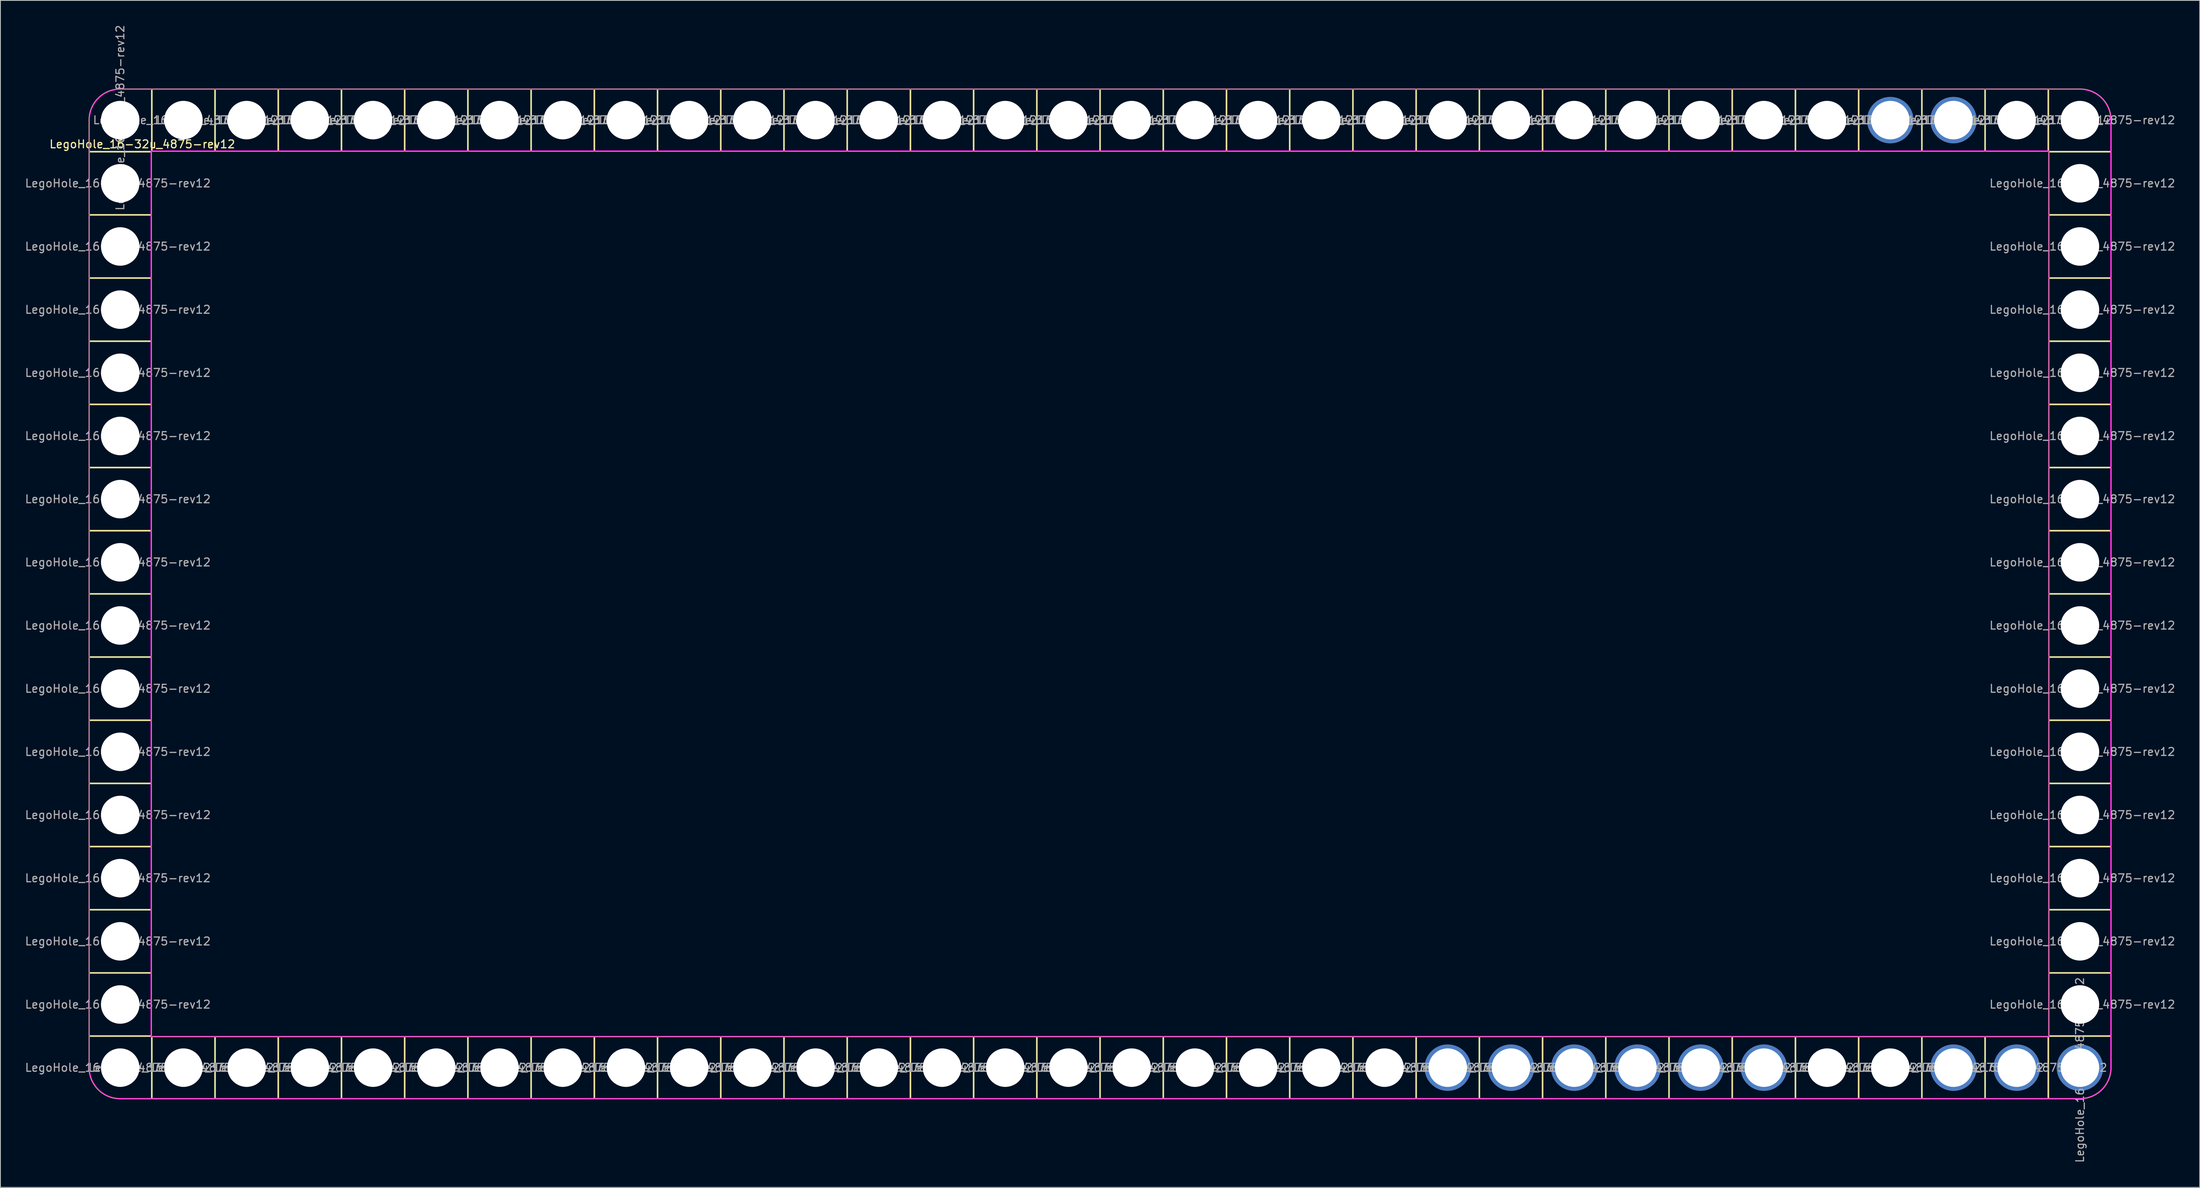
<source format=kicad_pcb>
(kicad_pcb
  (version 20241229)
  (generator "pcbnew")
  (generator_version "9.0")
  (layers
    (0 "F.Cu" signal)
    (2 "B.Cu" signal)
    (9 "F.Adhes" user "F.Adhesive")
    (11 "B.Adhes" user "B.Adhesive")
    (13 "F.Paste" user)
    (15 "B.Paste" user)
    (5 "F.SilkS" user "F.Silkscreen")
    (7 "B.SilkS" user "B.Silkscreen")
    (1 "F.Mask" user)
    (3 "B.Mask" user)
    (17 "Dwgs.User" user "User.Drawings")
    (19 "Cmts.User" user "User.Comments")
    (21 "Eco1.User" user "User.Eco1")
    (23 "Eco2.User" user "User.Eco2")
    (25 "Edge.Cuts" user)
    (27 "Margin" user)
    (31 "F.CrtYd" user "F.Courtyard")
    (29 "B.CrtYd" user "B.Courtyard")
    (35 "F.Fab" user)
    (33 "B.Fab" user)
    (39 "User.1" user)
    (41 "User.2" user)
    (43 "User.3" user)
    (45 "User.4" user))
  (footprint "LegoHole_16-32u_4875-rev12"
    (layer "F.Cu")
    (at 12.163 12.163)
    (property "Reference" "LegoHole_16-32u_4875-rev12" (at 2.794 3.048 0) (layer "F.SilkS") (effects (font (size 1 1) (thickness 0.15))))
    (attr exclude_from_pos_files)
    (fp_line (start -3.95 0) (end -3.95 3.95) (stroke (width 0.1) (type solid)) (layer "F.SilkS"))
    (fp_line (start -3.95 3.95) (end 3.95 3.95) (stroke (width 0.1) (type solid)) (layer "F.SilkS"))
    (fp_line (start -3.95 120) (end -3.95 116.05) (stroke (width 0.1) (type solid)) (layer "F.SilkS"))
    (fp_line (start 0 -3.95) (end 3.95 -3.95) (stroke (width 0.1) (type solid)) (layer "F.SilkS"))
    (fp_line (start 0 123.95) (end 3.95 123.95) (stroke (width 0.1) (type solid)) (layer "F.SilkS"))
    (fp_line (start 3.95 3.95) (end 3.95 -3.95) (stroke (width 0.1) (type solid)) (layer "F.SilkS"))
    (fp_line (start 3.95 116.05) (end -3.95 116.05) (stroke (width 0.1) (type solid)) (layer "F.SilkS"))
    (fp_line (start 3.95 123.95) (end 3.95 116.05) (stroke (width 0.1) (type solid)) (layer "F.SilkS"))
    (fp_line (start 244.05 -3.95) (end 244.05 3.95) (stroke (width 0.1) (type solid)) (layer "F.SilkS"))
    (fp_line (start 244.05 3.95) (end 251.95 3.95) (stroke (width 0.1) (type solid)) (layer "F.SilkS"))
    (fp_line (start 244.05 116.05) (end 244.05 123.95) (stroke (width 0.1) (type solid)) (layer "F.SilkS"))
    (fp_line (start 248 -3.95) (end 244.05 -3.95) (stroke (width 0.1) (type solid)) (layer "F.SilkS"))
    (fp_line (start 248 123.95) (end 244.05 123.95) (stroke (width 0.1) (type solid)) (layer "F.SilkS"))
    (fp_line (start 251.95 0) (end 251.95 3.95) (stroke (width 0.1) (type solid)) (layer "F.SilkS"))
    (fp_line (start 251.95 116.05) (end 244.05 116.05) (stroke (width 0.1) (type solid)) (layer "F.SilkS"))
    (fp_line (start 251.95 120) (end 251.95 116.05) (stroke (width 0.1) (type solid)) (layer "F.SilkS"))
    (fp_rect (start 3.95 11.95) (end -3.95 4.05) (stroke (width 0.1) (type solid)) (fill no) (layer "F.SilkS"))
    (fp_rect (start 3.95 19.95) (end -3.95 12.05) (stroke (width 0.1) (type solid)) (fill no) (layer "F.SilkS"))
    (fp_rect (start 3.95 27.95) (end -3.95 20.05) (stroke (width 0.1) (type solid)) (fill no) (layer "F.SilkS"))
    (fp_rect (start 3.95 35.95) (end -3.95 28.05) (stroke (width 0.1) (type solid)) (fill no) (layer "F.SilkS"))
    (fp_rect (start 3.95 43.95) (end -3.95 36.05) (stroke (width 0.1) (type solid)) (fill no) (layer "F.SilkS"))
    (fp_rect (start 3.95 51.95) (end -3.95 44.05) (stroke (width 0.1) (type solid)) (fill no) (layer "F.SilkS"))
    (fp_rect (start 3.95 59.95) (end -3.95 52.05) (stroke (width 0.1) (type solid)) (fill no) (layer "F.SilkS"))
    (fp_rect (start 3.95 67.95) (end -3.95 60.05) (stroke (width 0.1) (type solid)) (fill no) (layer "F.SilkS"))
    (fp_rect (start 3.95 75.95) (end -3.95 68.05) (stroke (width 0.1) (type solid)) (fill no) (layer "F.SilkS"))
    (fp_rect (start 3.95 83.95) (end -3.95 76.05) (stroke (width 0.1) (type solid)) (fill no) (layer "F.SilkS"))
    (fp_rect (start 3.95 91.95) (end -3.95 84.05) (stroke (width 0.1) (type solid)) (fill no) (layer "F.SilkS"))
    (fp_rect (start 3.95 99.95) (end -3.95 92.05) (stroke (width 0.1) (type solid)) (fill no) (layer "F.SilkS"))
    (fp_rect (start 3.95 107.95) (end -3.95 100.05) (stroke (width 0.1) (type solid)) (fill no) (layer "F.SilkS"))
    (fp_rect (start 3.95 115.95) (end -3.95 108.05) (stroke (width 0.1) (type solid)) (fill no) (layer "F.SilkS"))
    (fp_rect (start 4.05 -3.95) (end 11.95 3.95) (stroke (width 0.1) (type solid)) (fill no) (layer "F.SilkS"))
    (fp_rect (start 11.95 123.95) (end 4.05 116.05) (stroke (width 0.1) (type solid)) (fill no) (layer "F.SilkS"))
    (fp_rect (start 12.05 -3.95) (end 19.95 3.95) (stroke (width 0.1) (type solid)) (fill no) (layer "F.SilkS"))
    (fp_rect (start 19.95 123.95) (end 12.05 116.05) (stroke (width 0.1) (type solid)) (fill no) (layer "F.SilkS"))
    (fp_rect (start 20.05 -3.95) (end 27.95 3.95) (stroke (width 0.1) (type solid)) (fill no) (layer "F.SilkS"))
    (fp_rect (start 27.95 123.95) (end 20.05 116.05) (stroke (width 0.1) (type solid)) (fill no) (layer "F.SilkS"))
    (fp_rect (start 28.05 -3.95) (end 35.95 3.95) (stroke (width 0.1) (type solid)) (fill no) (layer "F.SilkS"))
    (fp_rect (start 35.95 123.95) (end 28.05 116.05) (stroke (width 0.1) (type solid)) (fill no) (layer "F.SilkS"))
    (fp_rect (start 36.05 -3.95) (end 43.95 3.95) (stroke (width 0.1) (type solid)) (fill no) (layer "F.SilkS"))
    (fp_rect (start 43.95 123.95) (end 36.05 116.05) (stroke (width 0.1) (type solid)) (fill no) (layer "F.SilkS"))
    (fp_rect (start 44.05 -3.95) (end 51.95 3.95) (stroke (width 0.1) (type solid)) (fill no) (layer "F.SilkS"))
    (fp_rect (start 51.95 123.95) (end 44.05 116.05) (stroke (width 0.1) (type solid)) (fill no) (layer "F.SilkS"))
    (fp_rect (start 52.05 -3.95) (end 59.95 3.95) (stroke (width 0.1) (type solid)) (fill no) (layer "F.SilkS"))
    (fp_rect (start 59.95 123.95) (end 52.05 116.05) (stroke (width 0.1) (type solid)) (fill no) (layer "F.SilkS"))
    (fp_rect (start 60.05 -3.95) (end 67.95 3.95) (stroke (width 0.1) (type solid)) (fill no) (layer "F.SilkS"))
    (fp_rect (start 67.95 123.95) (end 60.05 116.05) (stroke (width 0.1) (type solid)) (fill no) (layer "F.SilkS"))
    (fp_rect (start 68.05 -3.95) (end 75.95 3.95) (stroke (width 0.1) (type solid)) (fill no) (layer "F.SilkS"))
    (fp_rect (start 75.95 123.95) (end 68.05 116.05) (stroke (width 0.1) (type solid)) (fill no) (layer "F.SilkS"))
    (fp_rect (start 76.05 -3.95) (end 83.95 3.95) (stroke (width 0.1) (type solid)) (fill no) (layer "F.SilkS"))
    (fp_rect (start 83.95 123.95) (end 76.05 116.05) (stroke (width 0.1) (type solid)) (fill no) (layer "F.SilkS"))
    (fp_rect (start 84.05 -3.95) (end 91.95 3.95) (stroke (width 0.1) (type solid)) (fill no) (layer "F.SilkS"))
    (fp_rect (start 91.95 123.95) (end 84.05 116.05) (stroke (width 0.1) (type solid)) (fill no) (layer "F.SilkS"))
    (fp_rect (start 92.05 -3.95) (end 99.95 3.95) (stroke (width 0.1) (type solid)) (fill no) (layer "F.SilkS"))
    (fp_rect (start 99.95 123.95) (end 92.05 116.05) (stroke (width 0.1) (type solid)) (fill no) (layer "F.SilkS"))
    (fp_rect (start 100.05 -3.95) (end 107.95 3.95) (stroke (width 0.1) (type solid)) (fill no) (layer "F.SilkS"))
    (fp_rect (start 107.95 123.95) (end 100.05 116.05) (stroke (width 0.1) (type solid)) (fill no) (layer "F.SilkS"))
    (fp_rect (start 108.05 -3.95) (end 115.95 3.95) (stroke (width 0.1) (type solid)) (fill no) (layer "F.SilkS"))
    (fp_rect (start 115.95 123.95) (end 108.05 116.05) (stroke (width 0.1) (type solid)) (fill no) (layer "F.SilkS"))
    (fp_rect (start 116.05 -3.95) (end 123.95 3.95) (stroke (width 0.1) (type solid)) (fill no) (layer "F.SilkS"))
    (fp_rect (start 123.95 123.95) (end 116.05 116.05) (stroke (width 0.1) (type solid)) (fill no) (layer "F.SilkS"))
    (fp_rect (start 124.05 -3.95) (end 131.95 3.95) (stroke (width 0.1) (type solid)) (fill no) (layer "F.SilkS"))
    (fp_rect (start 131.95 123.95) (end 124.05 116.05) (stroke (width 0.1) (type solid)) (fill no) (layer "F.SilkS"))
    (fp_rect (start 132.05 -3.95) (end 139.95 3.95) (stroke (width 0.1) (type solid)) (fill no) (layer "F.SilkS"))
    (fp_rect (start 139.95 123.95) (end 132.05 116.05) (stroke (width 0.1) (type solid)) (fill no) (layer "F.SilkS"))
    (fp_rect (start 140.05 -3.95) (end 147.95 3.95) (stroke (width 0.1) (type solid)) (fill no) (layer "F.SilkS"))
    (fp_rect (start 147.95 123.95) (end 140.05 116.05) (stroke (width 0.1) (type solid)) (fill no) (layer "F.SilkS"))
    (fp_rect (start 148.05 -3.95) (end 155.95 3.95) (stroke (width 0.1) (type solid)) (fill no) (layer "F.SilkS"))
    (fp_rect (start 155.95 123.95) (end 148.05 116.05) (stroke (width 0.1) (type solid)) (fill no) (layer "F.SilkS"))
    (fp_rect (start 156.05 -3.95) (end 163.95 3.95) (stroke (width 0.1) (type solid)) (fill no) (layer "F.SilkS"))
    (fp_rect (start 163.95 123.95) (end 156.05 116.05) (stroke (width 0.1) (type solid)) (fill no) (layer "F.SilkS"))
    (fp_rect (start 164.05 -3.95) (end 171.95 3.95) (stroke (width 0.1) (type solid)) (fill no) (layer "F.SilkS"))
    (fp_rect (start 171.95 123.95) (end 164.05 116.05) (stroke (width 0.1) (type solid)) (fill no) (layer "F.SilkS"))
    (fp_rect (start 172.05 -3.95) (end 179.95 3.95) (stroke (width 0.1) (type solid)) (fill no) (layer "F.SilkS"))
    (fp_rect (start 179.95 123.95) (end 172.05 116.05) (stroke (width 0.1) (type solid)) (fill no) (layer "F.SilkS"))
    (fp_rect (start 180.05 -3.95) (end 187.95 3.95) (stroke (width 0.1) (type solid)) (fill no) (layer "F.SilkS"))
    (fp_rect (start 187.95 123.95) (end 180.05 116.05) (stroke (width 0.1) (type solid)) (fill no) (layer "F.SilkS"))
    (fp_rect (start 188.05 -3.95) (end 195.95 3.95) (stroke (width 0.1) (type solid)) (fill no) (layer "F.SilkS"))
    (fp_rect (start 195.95 123.95) (end 188.05 116.05) (stroke (width 0.1) (type solid)) (fill no) (layer "F.SilkS"))
    (fp_rect (start 196.05 -3.95) (end 203.95 3.95) (stroke (width 0.1) (type solid)) (fill no) (layer "F.SilkS"))
    (fp_rect (start 203.95 123.95) (end 196.05 116.05) (stroke (width 0.1) (type solid)) (fill no) (layer "F.SilkS"))
    (fp_rect (start 204.05 -3.95) (end 211.95 3.95) (stroke (width 0.1) (type solid)) (fill no) (layer "F.SilkS"))
    (fp_rect (start 211.95 123.95) (end 204.05 116.05) (stroke (width 0.1) (type solid)) (fill no) (layer "F.SilkS"))
    (fp_rect (start 212.05 -3.95) (end 219.95 3.95) (stroke (width 0.1) (type solid)) (fill no) (layer "F.SilkS"))
    (fp_rect (start 219.95 123.95) (end 212.05 116.05) (stroke (width 0.1) (type solid)) (fill no) (layer "F.SilkS"))
    (fp_rect (start 220.05 -3.95) (end 227.95 3.95) (stroke (width 0.1) (type solid)) (fill no) (layer "F.SilkS"))
    (fp_rect (start 227.95 123.95) (end 220.05 116.05) (stroke (width 0.1) (type solid)) (fill no) (layer "F.SilkS"))
    (fp_rect (start 228.05 -3.95) (end 235.95 3.95) (stroke (width 0.1) (type solid)) (fill no) (layer "F.SilkS"))
    (fp_rect (start 235.95 123.95) (end 228.05 116.05) (stroke (width 0.1) (type solid)) (fill no) (layer "F.SilkS"))
    (fp_rect (start 236.05 -3.95) (end 243.95 3.95) (stroke (width 0.1) (type solid)) (fill no) (layer "F.SilkS"))
    (fp_rect (start 243.95 123.95) (end 236.05 116.05) (stroke (width 0.1) (type solid)) (fill no) (layer "F.SilkS"))
    (fp_rect (start 244.05 4.05) (end 251.95 11.95) (stroke (width 0.1) (type solid)) (fill no) (layer "F.SilkS"))
    (fp_rect (start 244.05 12.05) (end 251.95 19.95) (stroke (width 0.1) (type solid)) (fill no) (layer "F.SilkS"))
    (fp_rect (start 244.05 20.05) (end 251.95 27.95) (stroke (width 0.1) (type solid)) (fill no) (layer "F.SilkS"))
    (fp_rect (start 244.05 28.05) (end 251.95 35.95) (stroke (width 0.1) (type solid)) (fill no) (layer "F.SilkS"))
    (fp_rect (start 244.05 36.05) (end 251.95 43.95) (stroke (width 0.1) (type solid)) (fill no) (layer "F.SilkS"))
    (fp_rect (start 244.05 44.05) (end 251.95 51.95) (stroke (width 0.1) (type solid)) (fill no) (layer "F.SilkS"))
    (fp_rect (start 244.05 52.05) (end 251.95 59.95) (stroke (width 0.1) (type solid)) (fill no) (layer "F.SilkS"))
    (fp_rect (start 244.05 60.05) (end 251.95 67.95) (stroke (width 0.1) (type solid)) (fill no) (layer "F.SilkS"))
    (fp_rect (start 244.05 68.05) (end 251.95 75.95) (stroke (width 0.1) (type solid)) (fill no) (layer "F.SilkS"))
    (fp_rect (start 244.05 76.05) (end 251.95 83.95) (stroke (width 0.1) (type solid)) (fill no) (layer "F.SilkS"))
    (fp_rect (start 244.05 84.05) (end 251.95 91.95) (stroke (width 0.1) (type solid)) (fill no) (layer "F.SilkS"))
    (fp_rect (start 244.05 92.05) (end 251.95 99.95) (stroke (width 0.1) (type solid)) (fill no) (layer "F.SilkS"))
    (fp_rect (start 244.05 100.05) (end 251.95 107.95) (stroke (width 0.1) (type solid)) (fill no) (layer "F.SilkS"))
    (fp_rect (start 244.05 108.05) (end 251.95 115.95) (stroke (width 0.1) (type solid)) (fill no) (layer "F.SilkS"))
    (fp_arc (start -3.95 0) (mid -2.793072 -2.793072) (end 0 -3.95) (stroke (width 0.1) (type solid)) (layer "F.SilkS"))
    (fp_arc (start 0 123.95) (mid -2.793072 122.793072) (end -3.95 120) (stroke (width 0.1) (type solid)) (layer "F.SilkS"))
    (fp_arc (start 248 -3.95) (mid 250.793072 -2.793072) (end 251.95 0) (stroke (width 0.1) (type solid)) (layer "F.SilkS"))
    (fp_arc (start 251.95 120) (mid 250.793072 122.793072) (end 248 123.95) (stroke (width 0.1) (type solid)) (layer "F.SilkS"))
    (fp_line (start -3.9 3.88) (end -3.9 0) (stroke (width 0.12) (type solid)) (layer "F.CrtYd"))
    (fp_line (start -3.9 3.88) (end -3.9 120) (stroke (width 0.12) (type solid)) (layer "F.CrtYd"))
    (fp_line (start 3.9 3.9) (end 244.1 3.9) (stroke (width 0.12) (type solid)) (layer "F.CrtYd"))
    (fp_line (start 3.9 116.1) (end 3.9 3.9) (stroke (width 0.12) (type solid)) (layer "F.CrtYd"))
    (fp_line (start 3.9 123.9) (end 0 123.9) (stroke (width 0.12) (type solid)) (layer "F.CrtYd"))
    (fp_line (start 3.9 123.9) (end 248 123.9) (stroke (width 0.12) (type solid)) (layer "F.CrtYd"))
    (fp_line (start 244.1 -3.9) (end 0 -3.9) (stroke (width 0.12) (type solid)) (layer "F.CrtYd"))
    (fp_line (start 244.1 -3.9) (end 248 -3.9) (stroke (width 0.12) (type solid)) (layer "F.CrtYd"))
    (fp_line (start 244.1 3.9) (end 244.1 116.1) (stroke (width 0.12) (type solid)) (layer "F.CrtYd"))
    (fp_line (start 244.1 116.1) (end 3.9 116.1) (stroke (width 0.12) (type solid)) (layer "F.CrtYd"))
    (fp_line (start 251.9 116.1) (end 251.9 0) (stroke (width 0.12) (type solid)) (layer "F.CrtYd"))
    (fp_line (start 251.9 116.1) (end 251.9 120) (stroke (width 0.12) (type solid)) (layer "F.CrtYd"))
    (fp_arc (start -3.9 0) (mid -2.757716 -2.757716) (end 0 -3.9) (stroke (width 0.12) (type solid)) (layer "F.CrtYd"))
    (fp_arc (start 0 123.9) (mid -2.757716 122.757716) (end -3.9 120) (stroke (width 0.12) (type solid)) (layer "F.CrtYd"))
    (fp_arc (start 248 -3.9) (mid 250.757716 -2.757716) (end 251.9 0) (stroke (width 0.12) (type solid)) (layer "F.CrtYd"))
    (fp_arc (start 251.9 120) (mid 250.757716 122.757716) (end 248 123.9) (stroke (width 0.12) (type solid)) (layer "F.CrtYd"))
    (fp_text user "${REFERENCE}" (at 104.3 0 0) (layer "F.Fab") (effects (font (size 1 1) (thickness 0.15))))
    (fp_text user "${REFERENCE}" (at 48.3 0 0) (layer "F.Fab") (effects (font (size 1 1) (thickness 0.15))))
    (fp_text user "${REFERENCE}" (at -0.3 88 180) (layer "F.Fab") (effects (font (size 1 1) (thickness 0.15))))
    (fp_text user "${REFERENCE}" (at 248.3 0 0) (layer "F.Fab") (effects (font (size 1 1) (thickness 0.15))))
    (fp_text user "${REFERENCE}" (at 215.7 120 180) (layer "F.Fab") (effects (font (size 1 1) (thickness 0.15))))
    (fp_text user "${REFERENCE}" (at 167.7 120 180) (layer "F.Fab") (effects (font (size 1 1) (thickness 0.15))))
    (fp_text user "${REFERENCE}" (at -0.3 112 180) (layer "F.Fab") (effects (font (size 1 1) (thickness 0.15))))
    (fp_text user "${REFERENCE}" (at 192.3 0 0) (layer "F.Fab") (effects (font (size 1 1) (thickness 0.15))))
    (fp_text user "${REFERENCE}" (at 248.3 112 0) (layer "F.Fab") (effects (font (size 1 1) (thickness 0.15))))
    (fp_text user "${REFERENCE}" (at 240.3 0 0) (layer "F.Fab") (effects (font (size 1 1) (thickness 0.15))))
    (fp_text user "${REFERENCE}" (at 199.7 120 180) (layer "F.Fab") (effects (font (size 1 1) (thickness 0.15))))
    (fp_text user "${REFERENCE}" (at 216.3 0 0) (layer "F.Fab") (effects (font (size 1 1) (thickness 0.15))))
    (fp_text user "${REFERENCE}" (at 15.7 120 180) (layer "F.Fab") (effects (font (size 1 1) (thickness 0.15))))
    (fp_text user "${REFERENCE}" (at 231.7 120 180) (layer "F.Fab") (effects (font (size 1 1) (thickness 0.15))))
    (fp_text user "${REFERENCE}" (at 96.3 0 0) (layer "F.Fab") (effects (font (size 1 1) (thickness 0.15))))
    (fp_text user "${REFERENCE}" (at 208.3 0 0) (layer "F.Fab") (effects (font (size 1 1) (thickness 0.15))))
    (fp_text user "${REFERENCE}" (at 248.3 32 0) (layer "F.Fab") (effects (font (size 1 1) (thickness 0.15))))
    (fp_text user "${REFERENCE}" (at 144.3 0 0) (layer "F.Fab") (effects (font (size 1 1) (thickness 0.15))))
    (fp_text user "${REFERENCE}" (at 248.3 72 0) (layer "F.Fab") (effects (font (size 1 1) (thickness 0.15))))
    (fp_text user "${REFERENCE}" (at 200.3 0 0) (layer "F.Fab") (effects (font (size 1 1) (thickness 0.15))))
    (fp_text user "${REFERENCE}" (at 64.3 0 0) (layer "F.Fab") (effects (font (size 1 1) (thickness 0.15))))
    (fp_text user "${REFERENCE}" (at -0.3 16 180) (layer "F.Fab") (effects (font (size 1 1) (thickness 0.15))))
    (fp_text user "${REFERENCE}" (at 119.7 120 180) (layer "F.Fab") (effects (font (size 1 1) (thickness 0.15))))
    (fp_text user "${REFERENCE}" (at 47.7 120 180) (layer "F.Fab") (effects (font (size 1 1) (thickness 0.15))))
    (fp_text user "${REFERENCE}" (at 159.7 120 180) (layer "F.Fab") (effects (font (size 1 1) (thickness 0.15))))
    (fp_text user "${REFERENCE}" (at 88.3 0 0) (layer "F.Fab") (effects (font (size 1 1) (thickness 0.15))))
    (fp_text user "${REFERENCE}" (at 24.3 0 0) (layer "F.Fab") (effects (font (size 1 1) (thickness 0.15))))
    (fp_text user "${REFERENCE}" (at -0.3 120 180) (layer "F.Fab") (effects (font (size 1 1) (thickness 0.15))))
    (fp_text user "${REFERENCE}" (at 31.7 120 180) (layer "F.Fab") (effects (font (size 1 1) (thickness 0.15))))
    (fp_text user "${REFERENCE}" (at 248.3 88 0) (layer "F.Fab") (effects (font (size 1 1) (thickness 0.15))))
    (fp_text user "${REFERENCE}" (at -0.3 96 180) (layer "F.Fab") (effects (font (size 1 1) (thickness 0.15))))
    (fp_text user "${REFERENCE}" (at 151.7 120 180) (layer "F.Fab") (effects (font (size 1 1) (thickness 0.15))))
    (fp_text user "${REFERENCE}" (at -0.3 48 180) (layer "F.Fab") (effects (font (size 1 1) (thickness 0.15))))
    (fp_text user "${REFERENCE}" (at 183.7 120 180) (layer "F.Fab") (effects (font (size 1 1) (thickness 0.15))))
    (fp_text user "${REFERENCE}" (at 232.3 0 0) (layer "F.Fab") (effects (font (size 1 1) (thickness 0.15))))
    (fp_text user "${REFERENCE}" (at 72.3 0 0) (layer "F.Fab") (effects (font (size 1 1) (thickness 0.15))))
    (fp_text user "${REFERENCE}" (at 111.7 120 180) (layer "F.Fab") (effects (font (size 1 1) (thickness 0.15))))
    (fp_text user "${REFERENCE}" (at 248.3 8 0) (layer "F.Fab") (effects (font (size 1 1) (thickness 0.15))))
    (fp_text user "${REFERENCE}" (at 112.3 0 0) (layer "F.Fab") (effects (font (size 1 1) (thickness 0.15))))
    (fp_text user "${REFERENCE}" (at 248.3 56 0) (layer "F.Fab") (effects (font (size 1 1) (thickness 0.15))))
    (fp_text user "${REFERENCE}" (at -0.3 40 180) (layer "F.Fab") (effects (font (size 1 1) (thickness 0.15))))
    (fp_text user "${REFERENCE}" (at 160.3 0 0) (layer "F.Fab") (effects (font (size 1 1) (thickness 0.15))))
    (fp_text user "${REFERENCE}" (at 87.7 120 180) (layer "F.Fab") (effects (font (size 1 1) (thickness 0.15))))
    (fp_text user "${REFERENCE}" (at 55.7 120 180) (layer "F.Fab") (effects (font (size 1 1) (thickness 0.15))))
    (fp_text user "${REFERENCE}" (at -0.3 64 180) (layer "F.Fab") (effects (font (size 1 1) (thickness 0.15))))
    (fp_text user "${REFERENCE}" (at 128.3 0 0) (layer "F.Fab") (effects (font (size 1 1) (thickness 0.15))))
    (fp_text user "${REFERENCE}" (at 32.3 0 0) (layer "F.Fab") (effects (font (size 1 1) (thickness 0.15))))
    (fp_text user "${REFERENCE}" (at 239.7 120 180) (layer "F.Fab") (effects (font (size 1 1) (thickness 0.15))))
    (fp_text user "${REFERENCE}" (at 248.3 48 0) (layer "F.Fab") (effects (font (size 1 1) (thickness 0.15))))
    (fp_text user "${REFERENCE}" (at 248.3 80 0) (layer "F.Fab") (effects (font (size 1 1) (thickness 0.15))))
    (fp_text user "${REFERENCE}" (at 7.7 120 180) (layer "F.Fab") (effects (font (size 1 1) (thickness 0.15))))
    (fp_text user "${REFERENCE}" (at 56.3 0 0) (layer "F.Fab") (effects (font (size 1 1) (thickness 0.15))))
    (fp_text user "${REFERENCE}" (at 136.3 0 0) (layer "F.Fab") (effects (font (size 1 1) (thickness 0.15))))
    (fp_text user "${REFERENCE}" (at 248.3 24 0) (layer "F.Fab") (effects (font (size 1 1) (thickness 0.15))))
    (fp_text user "${REFERENCE}" (at 127.7 120 180) (layer "F.Fab") (effects (font (size 1 1) (thickness 0.15))))
    (fp_text user "${REFERENCE}" (at -0.3 72 180) (layer "F.Fab") (effects (font (size 1 1) (thickness 0.15))))
    (fp_text user "${REFERENCE}" (at 0 -0.3 90) (layer "F.Fab") (effects (font (size 1 1) (thickness 0.15))))
    (fp_text user "${REFERENCE}" (at 248 120.3 270) (layer "F.Fab") (effects (font (size 1 1) (thickness 0.15))))
    (fp_text user "${REFERENCE}" (at 71.7 120 180) (layer "F.Fab") (effects (font (size 1 1) (thickness 0.15))))
    (fp_text user "${REFERENCE}" (at 168.3 0 0) (layer "F.Fab") (effects (font (size 1 1) (thickness 0.15))))
    (fp_text user "${REFERENCE}" (at 152.3 0 0) (layer "F.Fab") (effects (font (size 1 1) (thickness 0.15))))
    (fp_text user "${REFERENCE}" (at 184.3 0 0) (layer "F.Fab") (effects (font (size 1 1) (thickness 0.15))))
    (fp_text user "${REFERENCE}" (at 23.7 120 180) (layer "F.Fab") (effects (font (size 1 1) (thickness 0.15))))
    (fp_text user "${REFERENCE}" (at 176.3 0 0) (layer "F.Fab") (effects (font (size 1 1) (thickness 0.15))))
    (fp_text user "${REFERENCE}" (at 175.7 120 180) (layer "F.Fab") (effects (font (size 1 1) (thickness 0.15))))
    (fp_text user "${REFERENCE}" (at 248.3 96 0) (layer "F.Fab") (effects (font (size 1 1) (thickness 0.15))))
    (fp_text user "${REFERENCE}" (at 207.7 120 180) (layer "F.Fab") (effects (font (size 1 1) (thickness 0.15))))
    (fp_text user "${REFERENCE}" (at -0.3 80 180) (layer "F.Fab") (effects (font (size 1 1) (thickness 0.15))))
    (fp_text user "${REFERENCE}" (at 95.7 120 180) (layer "F.Fab") (effects (font (size 1 1) (thickness 0.15))))
    (fp_text user "${REFERENCE}" (at 248.3 16 0) (layer "F.Fab") (effects (font (size 1 1) (thickness 0.15))))
    (fp_text user "${REFERENCE}" (at 63.7 120 180) (layer "F.Fab") (effects (font (size 1 1) (thickness 0.15))))
    (fp_text user "${REFERENCE}" (at -0.3 8 180) (layer "F.Fab") (effects (font (size 1 1) (thickness 0.15))))
    (fp_text user "${REFERENCE}" (at 248.3 64 0) (layer "F.Fab") (effects (font (size 1 1) (thickness 0.15))))
    (fp_text user "${REFERENCE}" (at 8.3 0 0) (layer "F.Fab") (effects (font (size 1 1) (thickness 0.15))))
    (fp_text user "${REFERENCE}" (at 135.7 120 180) (layer "F.Fab") (effects (font (size 1 1) (thickness 0.15))))
    (fp_text user "${REFERENCE}" (at 143.7 120 180) (layer "F.Fab") (effects (font (size 1 1) (thickness 0.15))))
    (fp_text user "${REFERENCE}" (at 191.7 120 180) (layer "F.Fab") (effects (font (size 1 1) (thickness 0.15))))
    (fp_text user "${REFERENCE}" (at 16.3 0 0) (layer "F.Fab") (effects (font (size 1 1) (thickness 0.15))))
    (fp_text user "${REFERENCE}" (at -0.3 32 180) (layer "F.Fab") (effects (font (size 1 1) (thickness 0.15))))
    (fp_text user "${REFERENCE}" (at 40.3 0 0) (layer "F.Fab") (effects (font (size 1 1) (thickness 0.15))))
    (fp_text user "${REFERENCE}" (at 248.3 104 0) (layer "F.Fab") (effects (font (size 1 1) (thickness 0.15))))
    (fp_text user "${REFERENCE}" (at 223.7 120 180) (layer "F.Fab") (effects (font (size 1 1) (thickness 0.15))))
    (fp_text user "${REFERENCE}" (at -0.3 56 180) (layer "F.Fab") (effects (font (size 1 1) (thickness 0.15))))
    (fp_text user "${REFERENCE}" (at 79.7 120 180) (layer "F.Fab") (effects (font (size 1 1) (thickness 0.15))))
    (fp_text user "${REFERENCE}" (at 39.7 120 180) (layer "F.Fab") (effects (font (size 1 1) (thickness 0.15))))
    (fp_text user "${REFERENCE}" (at -0.3 104 180) (layer "F.Fab") (effects (font (size 1 1) (thickness 0.15))))
    (fp_text user "${REFERENCE}" (at 224.3 0 0) (layer "F.Fab") (effects (font (size 1 1) (thickness 0.15))))
    (fp_text user "${REFERENCE}" (at 248.3 40 0) (layer "F.Fab") (effects (font (size 1 1) (thickness 0.15))))
    (fp_text user "${REFERENCE}" (at 103.7 120 180) (layer "F.Fab") (effects (font (size 1 1) (thickness 0.15))))
    (fp_text user "${REFERENCE}" (at 80.3 0 0) (layer "F.Fab") (effects (font (size 1 1) (thickness 0.15))))
    (fp_text user "${REFERENCE}" (at 120.3 0 0) (layer "F.Fab") (effects (font (size 1 1) (thickness 0.15))))
    (fp_text user "${REFERENCE}" (at -0.3 24 180) (layer "F.Fab") (effects (font (size 1 1) (thickness 0.15))))
    (pad "" np_thru_hole circle (at 0 0 90) (size 4.875 4.875) (drill 4.875) (layers "*.Cu" "*.Mask"))
    (pad "" np_thru_hole circle (at 0 8 180) (size 4.875 4.875) (drill 4.875) (layers "*.Cu" "*.Mask"))
    (pad "" np_thru_hole circle (at 0 16 180) (size 4.875 4.875) (drill 4.875) (layers "*.Cu" "*.Mask"))
    (pad "" np_thru_hole circle (at 0 24 180) (size 4.875 4.875) (drill 4.875) (layers "*.Cu" "*.Mask"))
    (pad "" np_thru_hole circle (at 0 32 180) (size 4.875 4.875) (drill 4.875) (layers "*.Cu" "*.Mask"))
    (pad "" np_thru_hole circle (at 0 40 180) (size 4.875 4.875) (drill 4.875) (layers "*.Cu" "*.Mask"))
    (pad "" np_thru_hole circle (at 0 48 180) (size 4.875 4.875) (drill 4.875) (layers "*.Cu" "*.Mask"))
    (pad "" np_thru_hole circle (at 0 56 180) (size 4.875 4.875) (drill 4.875) (layers "*.Cu" "*.Mask"))
    (pad "" np_thru_hole circle (at 0 64 180) (size 4.875 4.875) (drill 4.875) (layers "*.Cu" "*.Mask"))
    (pad "" np_thru_hole circle (at 0 72 180) (size 4.875 4.875) (drill 4.875) (layers "*.Cu" "*.Mask"))
    (pad "" np_thru_hole circle (at 0 80 180) (size 4.875 4.875) (drill 4.875) (layers "*.Cu" "*.Mask"))
    (pad "" np_thru_hole circle (at 0 88 180) (size 4.875 4.875) (drill 4.875) (layers "*.Cu" "*.Mask"))
    (pad "" np_thru_hole circle (at 0 96 180) (size 4.875 4.875) (drill 4.875) (layers "*.Cu" "*.Mask"))
    (pad "" np_thru_hole circle (at 0 104 180) (size 4.875 4.875) (drill 4.875) (layers "*.Cu" "*.Mask"))
    (pad "" np_thru_hole circle (at 0 112 180) (size 4.875 4.875) (drill 4.875) (layers "*.Cu" "*.Mask"))
    (pad "" np_thru_hole circle (at 0 120 180) (size 4.875 4.875) (drill 4.875) (layers "*.Cu" "*.Mask"))
    (pad "" np_thru_hole circle (at 8 0) (size 4.875 4.875) (drill 4.875) (layers "*.Cu" "*.Mask"))
    (pad "" np_thru_hole circle (at 8 120 180) (size 4.875 4.875) (drill 4.875) (layers "*.Cu" "*.Mask"))
    (pad "" np_thru_hole circle (at 16 0) (size 4.875 4.875) (drill 4.875) (layers "*.Cu" "*.Mask"))
    (pad "" np_thru_hole circle (at 16 120 180) (size 4.875 4.875) (drill 4.875) (layers "*.Cu" "*.Mask"))
    (pad "" np_thru_hole circle (at 24 0) (size 4.875 4.875) (drill 4.875) (layers "*.Cu" "*.Mask"))
    (pad "" np_thru_hole circle (at 24 120 180) (size 4.875 4.875) (drill 4.875) (layers "*.Cu" "*.Mask"))
    (pad "" np_thru_hole circle (at 32 0) (size 4.875 4.875) (drill 4.875) (layers "*.Cu" "*.Mask"))
    (pad "" np_thru_hole circle (at 32 120 180) (size 4.875 4.875) (drill 4.875) (layers "*.Cu" "*.Mask"))
    (pad "" np_thru_hole circle (at 40 0) (size 4.875 4.875) (drill 4.875) (layers "*.Cu" "*.Mask"))
    (pad "" np_thru_hole circle (at 40 120 180) (size 4.875 4.875) (drill 4.875) (layers "*.Cu" "*.Mask"))
    (pad "" np_thru_hole circle (at 48 0) (size 4.875 4.875) (drill 4.875) (layers "*.Cu" "*.Mask"))
    (pad "" np_thru_hole circle (at 48 120 180) (size 4.875 4.875) (drill 4.875) (layers "*.Cu" "*.Mask"))
    (pad "" np_thru_hole circle (at 56 0) (size 4.875 4.875) (drill 4.875) (layers "*.Cu" "*.Mask"))
    (pad "" np_thru_hole circle (at 56 120 180) (size 4.875 4.875) (drill 4.875) (layers "*.Cu" "*.Mask"))
    (pad "" np_thru_hole circle (at 64 0) (size 4.875 4.875) (drill 4.875) (layers "*.Cu" "*.Mask"))
    (pad "" np_thru_hole circle (at 64 120 180) (size 4.875 4.875) (drill 4.875) (layers "*.Cu" "*.Mask"))
    (pad "" np_thru_hole circle (at 72 0) (size 4.875 4.875) (drill 4.875) (layers "*.Cu" "*.Mask"))
    (pad "" np_thru_hole circle (at 72 120 180) (size 4.875 4.875) (drill 4.875) (layers "*.Cu" "*.Mask"))
    (pad "" np_thru_hole circle (at 80 0) (size 4.875 4.875) (drill 4.875) (layers "*.Cu" "*.Mask"))
    (pad "" np_thru_hole circle (at 80 120 180) (size 4.875 4.875) (drill 4.875) (layers "*.Cu" "*.Mask"))
    (pad "" np_thru_hole circle (at 88 0) (size 4.875 4.875) (drill 4.875) (layers "*.Cu" "*.Mask"))
    (pad "" np_thru_hole circle (at 88 120 180) (size 4.875 4.875) (drill 4.875) (layers "*.Cu" "*.Mask"))
    (pad "" np_thru_hole circle (at 96 0) (size 4.875 4.875) (drill 4.875) (layers "*.Cu" "*.Mask"))
    (pad "" np_thru_hole circle (at 96 120 180) (size 4.875 4.875) (drill 4.875) (layers "*.Cu" "*.Mask"))
    (pad "" np_thru_hole circle (at 104 0) (size 4.875 4.875) (drill 4.875) (layers "*.Cu" "*.Mask"))
    (pad "" np_thru_hole circle (at 104 120 180) (size 4.875 4.875) (drill 4.875) (layers "*.Cu" "*.Mask"))
    (pad "" np_thru_hole circle (at 112 0) (size 4.875 4.875) (drill 4.875) (layers "*.Cu" "*.Mask"))
    (pad "" np_thru_hole circle (at 112 120 180) (size 4.875 4.875) (drill 4.875) (layers "*.Cu" "*.Mask"))
    (pad "" np_thru_hole circle (at 120 0) (size 4.875 4.875) (drill 4.875) (layers "*.Cu" "*.Mask"))
    (pad "" np_thru_hole circle (at 120 120 180) (size 4.875 4.875) (drill 4.875) (layers "*.Cu" "*.Mask"))
    (pad "" np_thru_hole circle (at 128 0) (size 4.875 4.875) (drill 4.875) (layers "*.Cu" "*.Mask"))
    (pad "" np_thru_hole circle (at 128 120 180) (size 4.875 4.875) (drill 4.875) (layers "*.Cu" "*.Mask"))
    (pad "" np_thru_hole circle (at 136 0) (size 4.875 4.875) (drill 4.875) (layers "*.Cu" "*.Mask"))
    (pad "" np_thru_hole circle (at 136 120 180) (size 4.875 4.875) (drill 4.875) (layers "*.Cu" "*.Mask"))
    (pad "" np_thru_hole circle (at 144 0) (size 4.875 4.875) (drill 4.875) (layers "*.Cu" "*.Mask"))
    (pad "" np_thru_hole circle (at 144 120 180) (size 4.875 4.875) (drill 4.875) (layers "*.Cu" "*.Mask"))
    (pad "" np_thru_hole circle (at 152 0) (size 4.875 4.875) (drill 4.875) (layers "*.Cu" "*.Mask"))
    (pad "" np_thru_hole circle (at 152 120 180) (size 4.875 4.875) (drill 4.875) (layers "*.Cu" "*.Mask"))
    (pad "" np_thru_hole circle (at 160 0) (size 4.875 4.875) (drill 4.875) (layers "*.Cu" "*.Mask"))
    (pad "" np_thru_hole circle (at 160 120 180) (size 4.875 4.875) (drill 4.875) (layers "*.Cu" "*.Mask"))
    (pad "" np_thru_hole circle (at 168 0) (size 4.875 4.875) (drill 4.875) (layers "*.Cu" "*.Mask"))
    (pad "" np_thru_hole circle (at 168 120 180) (size 5.875 5.875) (drill 4.875) (layers "*.Cu" "*.Mask"))
    (pad "" np_thru_hole circle (at 176 0) (size 4.875 4.875) (drill 4.875) (layers "*.Cu" "*.Mask"))
    (pad "" np_thru_hole circle (at 176 120 180) (size 5.875 5.875) (drill 4.875) (layers "*.Cu" "*.Mask"))
    (pad "" np_thru_hole circle (at 184 0) (size 4.875 4.875) (drill 4.875) (layers "*.Cu" "*.Mask"))
    (pad "" np_thru_hole circle (at 184 120 180) (size 5.875 5.875) (drill 4.875) (layers "*.Cu" "*.Mask"))
    (pad "" np_thru_hole circle (at 192 0) (size 4.875 4.875) (drill 4.875) (layers "*.Cu" "*.Mask"))
    (pad "" np_thru_hole circle (at 192 120 180) (size 5.875 5.875) (drill 4.875) (layers "*.Cu" "*.Mask"))
    (pad "" np_thru_hole circle (at 200 0) (size 4.875 4.875) (drill 4.875) (layers "*.Cu" "*.Mask"))
    (pad "" np_thru_hole circle (at 200 120 180) (size 5.875 5.875) (drill 4.875) (layers "*.Cu" "*.Mask"))
    (pad "" np_thru_hole circle (at 208 0) (size 4.875 4.875) (drill 4.875) (layers "*.Cu" "*.Mask"))
    (pad "" np_thru_hole circle (at 208 120 180) (size 5.875 5.875) (drill 4.875) (layers "*.Cu" "*.Mask"))
    (pad "" np_thru_hole circle (at 216 0) (size 4.875 4.875) (drill 4.875) (layers "*.Cu" "*.Mask"))
    (pad "" np_thru_hole circle (at 216 120 180) (size 4.875 4.875) (drill 4.875) (layers "*.Cu" "*.Mask"))
    (pad "" np_thru_hole circle (at 224 0) (size 5.875 5.875) (drill 4.875) (layers "*.Cu" "*.Mask"))
    (pad "" np_thru_hole circle (at 224 120 180) (size 4.875 4.875) (drill 4.875) (layers "*.Cu" "*.Mask"))
    (pad "" np_thru_hole circle (at 232 0) (size 5.875 5.875) (drill 4.875) (layers "*.Cu" "*.Mask"))
    (pad "" np_thru_hole circle (at 232 120 180) (size 5.875 5.875) (drill 4.875) (layers "*.Cu" "*.Mask"))
    (pad "" np_thru_hole circle (at 240 0) (size 4.875 4.875) (drill 4.875) (layers "*.Cu" "*.Mask"))
    (pad "" np_thru_hole circle (at 240 120 180) (size 5.875 5.875) (drill 4.875) (layers "*.Cu" "*.Mask"))
    (pad "" np_thru_hole circle (at 248 0) (size 4.875 4.875) (drill 4.875) (layers "*.Cu" "*.Mask"))
    (pad "" np_thru_hole circle (at 248 8) (size 4.875 4.875) (drill 4.875) (layers "*.Cu" "*.Mask"))
    (pad "" np_thru_hole circle (at 248 16) (size 4.875 4.875) (drill 4.875) (layers "*.Cu" "*.Mask"))
    (pad "" np_thru_hole circle (at 248 24) (size 4.875 4.875) (drill 4.875) (layers "*.Cu" "*.Mask"))
    (pad "" np_thru_hole circle (at 248 32) (size 4.875 4.875) (drill 4.875) (layers "*.Cu" "*.Mask"))
    (pad "" np_thru_hole circle (at 248 40) (size 4.875 4.875) (drill 4.875) (layers "*.Cu" "*.Mask"))
    (pad "" np_thru_hole circle (at 248 48) (size 4.875 4.875) (drill 4.875) (layers "*.Cu" "*.Mask"))
    (pad "" np_thru_hole circle (at 248 56) (size 4.875 4.875) (drill 4.875) (layers "*.Cu" "*.Mask"))
    (pad "" np_thru_hole circle (at 248 64) (size 4.875 4.875) (drill 4.875) (layers "*.Cu" "*.Mask"))
    (pad "" np_thru_hole circle (at 248 72) (size 4.875 4.875) (drill 4.875) (layers "*.Cu" "*.Mask"))
    (pad "" np_thru_hole circle (at 248 80) (size 4.875 4.875) (drill 4.875) (layers "*.Cu" "*.Mask"))
    (pad "" np_thru_hole circle (at 248 88) (size 4.875 4.875) (drill 4.875) (layers "*.Cu" "*.Mask"))
    (pad "" np_thru_hole circle (at 248 96) (size 4.875 4.875) (drill 4.875) (layers "*.Cu" "*.Mask"))
    (pad "" np_thru_hole circle (at 248 104) (size 4.875 4.875) (drill 4.875) (layers "*.Cu" "*.Mask"))
    (pad "" np_thru_hole circle (at 248 112) (size 4.875 4.875) (drill 4.875) (layers "*.Cu" "*.Mask"))
    (pad "" np_thru_hole circle (at 248 120 270) (size 5.875 5.875) (drill 4.875) (layers "*.Cu" "*.Mask")))
  (gr_rect
    (start -3 -3)
    (end 275.326 147.326)
    (stroke (width 0.1) (type default))
    (fill no)
    (layer "Edge.Cuts")))
</source>
